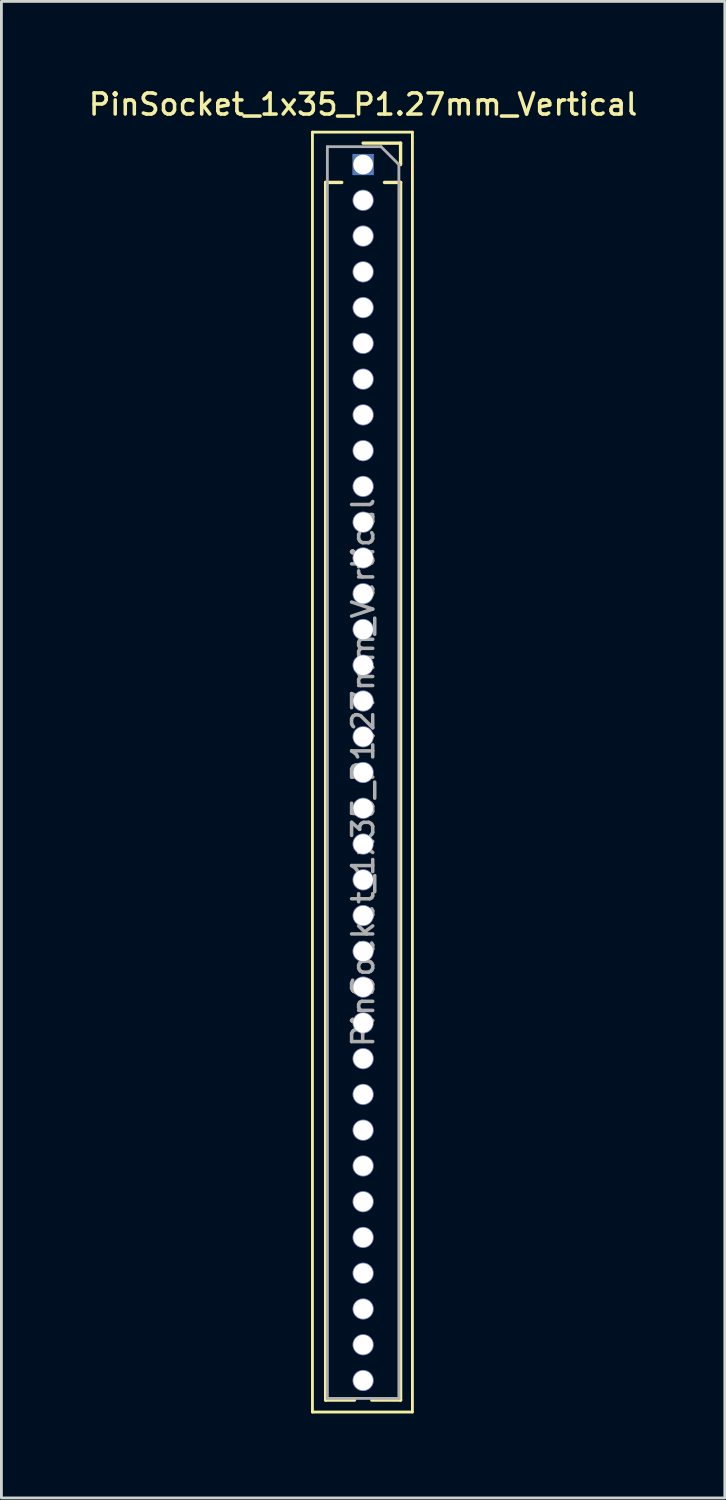
<source format=kicad_pcb>
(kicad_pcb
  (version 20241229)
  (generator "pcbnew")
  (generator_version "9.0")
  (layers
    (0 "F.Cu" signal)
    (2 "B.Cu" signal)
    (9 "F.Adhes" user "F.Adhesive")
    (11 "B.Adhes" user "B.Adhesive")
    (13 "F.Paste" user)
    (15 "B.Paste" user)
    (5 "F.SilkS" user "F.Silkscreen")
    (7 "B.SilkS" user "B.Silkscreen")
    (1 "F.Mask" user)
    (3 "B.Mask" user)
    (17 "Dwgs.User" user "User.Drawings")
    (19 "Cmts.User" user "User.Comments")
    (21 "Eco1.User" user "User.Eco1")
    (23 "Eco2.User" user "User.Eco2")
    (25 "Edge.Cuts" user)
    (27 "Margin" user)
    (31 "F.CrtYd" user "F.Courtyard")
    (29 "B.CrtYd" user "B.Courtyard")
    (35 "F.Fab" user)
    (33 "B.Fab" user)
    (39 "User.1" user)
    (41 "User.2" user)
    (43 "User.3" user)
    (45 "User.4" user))
  (footprint "PinSocket_1x35_P1.27mm_Vertical"
    (layer "F.Cu")
    (at 9.845 2.793)
    (property "Reference" "PinSocket_1x35_P1.27mm_Vertical" (at 0 -2.135 0) (layer "F.SilkS") (effects (font (size 0.75 0.75) (thickness 0.125))))
    (attr through_hole)
    (fp_line (start -1.8 -1.15) (end 1.75 -1.15) (stroke (width 0.1) (type solid)) (layer "F.SilkS"))
    (fp_line (start -1.8 44.3) (end -1.8 -1.15) (stroke (width 0.1) (type solid)) (layer "F.SilkS"))
    (fp_line (start -1.33 0.635) (end -1.33 43.875) (stroke (width 0.12) (type solid)) (layer "F.SilkS"))
    (fp_line (start -1.33 0.635) (end -0.76 0.635) (stroke (width 0.12) (type solid)) (layer "F.SilkS"))
    (fp_line (start -1.33 43.875) (end -0.308 43.875) (stroke (width 0.12) (type solid)) (layer "F.SilkS"))
    (fp_line (start 0 -0.76) (end 1.33 -0.76) (stroke (width 0.12) (type solid)) (layer "F.SilkS"))
    (fp_line (start 0.308 43.875) (end 1.33 43.875) (stroke (width 0.12) (type solid)) (layer "F.SilkS"))
    (fp_line (start 0.76 0.635) (end 1.33 0.635) (stroke (width 0.12) (type solid)) (layer "F.SilkS"))
    (fp_line (start 1.33 -0.76) (end 1.33 0) (stroke (width 0.12) (type solid)) (layer "F.SilkS"))
    (fp_line (start 1.33 0.635) (end 1.33 43.875) (stroke (width 0.12) (type solid)) (layer "F.SilkS"))
    (fp_line (start 1.75 -1.15) (end 1.75 44.3) (stroke (width 0.1) (type solid)) (layer "F.SilkS"))
    (fp_line (start 1.75 44.3) (end -1.8 44.3) (stroke (width 0.1) (type solid)) (layer "F.SilkS"))
    (fp_line (start -1.27 -0.635) (end 0.635 -0.635) (stroke (width 0.1) (type solid)) (layer "F.Fab"))
    (fp_line (start -1.27 43.815) (end -1.27 -0.635) (stroke (width 0.1) (type solid)) (layer "F.Fab"))
    (fp_line (start 0.635 -0.635) (end 1.27 0) (stroke (width 0.1) (type solid)) (layer "F.Fab"))
    (fp_line (start 1.27 0) (end 1.27 43.815) (stroke (width 0.1) (type solid)) (layer "F.Fab"))
    (fp_line (start 1.27 43.815) (end -1.27 43.815) (stroke (width 0.1) (type solid)) (layer "F.Fab"))
    (fp_text user "${REFERENCE}" (at 0 21.59 90) (layer "F.Fab") (effects (font (size 0.75 0.75) (thickness 0.125))))
    (pad "1" thru_hole rect (at 0 0) (size 0.75 0.75) (drill 0.7) (layers "*.Cu" "*.Mask"))
    (pad "2" thru_hole oval (at 0 1.27) (size 0.75 0.75) (drill 0.7) (layers "*.Cu" "*.Mask"))
    (pad "3" thru_hole oval (at 0 2.54) (size 0.75 0.75) (drill 0.7) (layers "*.Cu" "*.Mask"))
    (pad "4" thru_hole oval (at 0 3.81) (size 0.75 0.75) (drill 0.7) (layers "*.Cu" "*.Mask"))
    (pad "5" thru_hole oval (at 0 5.08) (size 0.75 0.75) (drill 0.7) (layers "*.Cu" "*.Mask"))
    (pad "6" thru_hole oval (at 0 6.35) (size 0.75 0.75) (drill 0.7) (layers "*.Cu" "*.Mask"))
    (pad "7" thru_hole oval (at 0 7.62) (size 0.75 0.75) (drill 0.7) (layers "*.Cu" "*.Mask"))
    (pad "8" thru_hole oval (at 0 8.89) (size 0.75 0.75) (drill 0.7) (layers "*.Cu" "*.Mask"))
    (pad "9" thru_hole oval (at 0 10.16) (size 0.75 0.75) (drill 0.7) (layers "*.Cu" "*.Mask"))
    (pad "10" thru_hole oval (at 0 11.43) (size 0.75 0.75) (drill 0.7) (layers "*.Cu" "*.Mask"))
    (pad "11" thru_hole oval (at 0 12.7) (size 0.75 0.75) (drill 0.7) (layers "*.Cu" "*.Mask"))
    (pad "12" thru_hole oval (at 0 13.97) (size 0.75 0.75) (drill 0.7) (layers "*.Cu" "*.Mask"))
    (pad "13" thru_hole oval (at 0 15.24) (size 0.75 0.75) (drill 0.7) (layers "*.Cu" "*.Mask"))
    (pad "14" thru_hole oval (at 0 16.51) (size 0.75 0.75) (drill 0.7) (layers "*.Cu" "*.Mask"))
    (pad "15" thru_hole oval (at 0 17.78) (size 0.75 0.75) (drill 0.7) (layers "*.Cu" "*.Mask"))
    (pad "16" thru_hole oval (at 0 19.05) (size 0.75 0.75) (drill 0.7) (layers "*.Cu" "*.Mask"))
    (pad "17" thru_hole oval (at 0 20.32) (size 0.75 0.75) (drill 0.7) (layers "*.Cu" "*.Mask"))
    (pad "18" thru_hole oval (at 0 21.59) (size 0.75 0.75) (drill 0.7) (layers "*.Cu" "*.Mask"))
    (pad "19" thru_hole oval (at 0 22.86) (size 0.75 0.75) (drill 0.7) (layers "*.Cu" "*.Mask"))
    (pad "20" thru_hole oval (at 0 24.13) (size 0.75 0.75) (drill 0.7) (layers "*.Cu" "*.Mask"))
    (pad "21" thru_hole oval (at 0 25.4) (size 0.75 0.75) (drill 0.7) (layers "*.Cu" "*.Mask"))
    (pad "22" thru_hole oval (at 0 26.67) (size 0.75 0.75) (drill 0.7) (layers "*.Cu" "*.Mask"))
    (pad "23" thru_hole oval (at 0 27.94) (size 0.75 0.75) (drill 0.7) (layers "*.Cu" "*.Mask"))
    (pad "24" thru_hole oval (at 0 29.21) (size 0.75 0.75) (drill 0.7) (layers "*.Cu" "*.Mask"))
    (pad "25" thru_hole oval (at 0 30.48) (size 0.75 0.75) (drill 0.7) (layers "*.Cu" "*.Mask"))
    (pad "26" thru_hole oval (at 0 31.75) (size 0.75 0.75) (drill 0.7) (layers "*.Cu" "*.Mask"))
    (pad "27" thru_hole oval (at 0 33.02) (size 0.75 0.75) (drill 0.7) (layers "*.Cu" "*.Mask"))
    (pad "28" thru_hole oval (at 0 34.29) (size 0.75 0.75) (drill 0.7) (layers "*.Cu" "*.Mask"))
    (pad "29" thru_hole oval (at 0 35.56) (size 0.75 0.75) (drill 0.7) (layers "*.Cu" "*.Mask"))
    (pad "30" thru_hole oval (at 0 36.83) (size 0.75 0.75) (drill 0.7) (layers "*.Cu" "*.Mask"))
    (pad "31" thru_hole oval (at 0 38.1) (size 0.75 0.75) (drill 0.7) (layers "*.Cu" "*.Mask"))
    (pad "32" thru_hole oval (at 0 39.37) (size 0.75 0.75) (drill 0.7) (layers "*.Cu" "*.Mask"))
    (pad "33" thru_hole oval (at 0 40.64) (size 0.75 0.75) (drill 0.7) (layers "*.Cu" "*.Mask"))
    (pad "34" thru_hole oval (at 0 41.91) (size 0.75 0.75) (drill 0.7) (layers "*.Cu" "*.Mask"))
    (pad "35" thru_hole oval (at 0 43.18) (size 0.75 0.75) (drill 0.7) (layers "*.Cu" "*.Mask")))
  (gr_rect
    (start -3 -3)
    (end 22.689 50.143)
    (stroke (width 0.1) (type default))
    (fill no)
    (layer "Edge.Cuts")))
</source>
